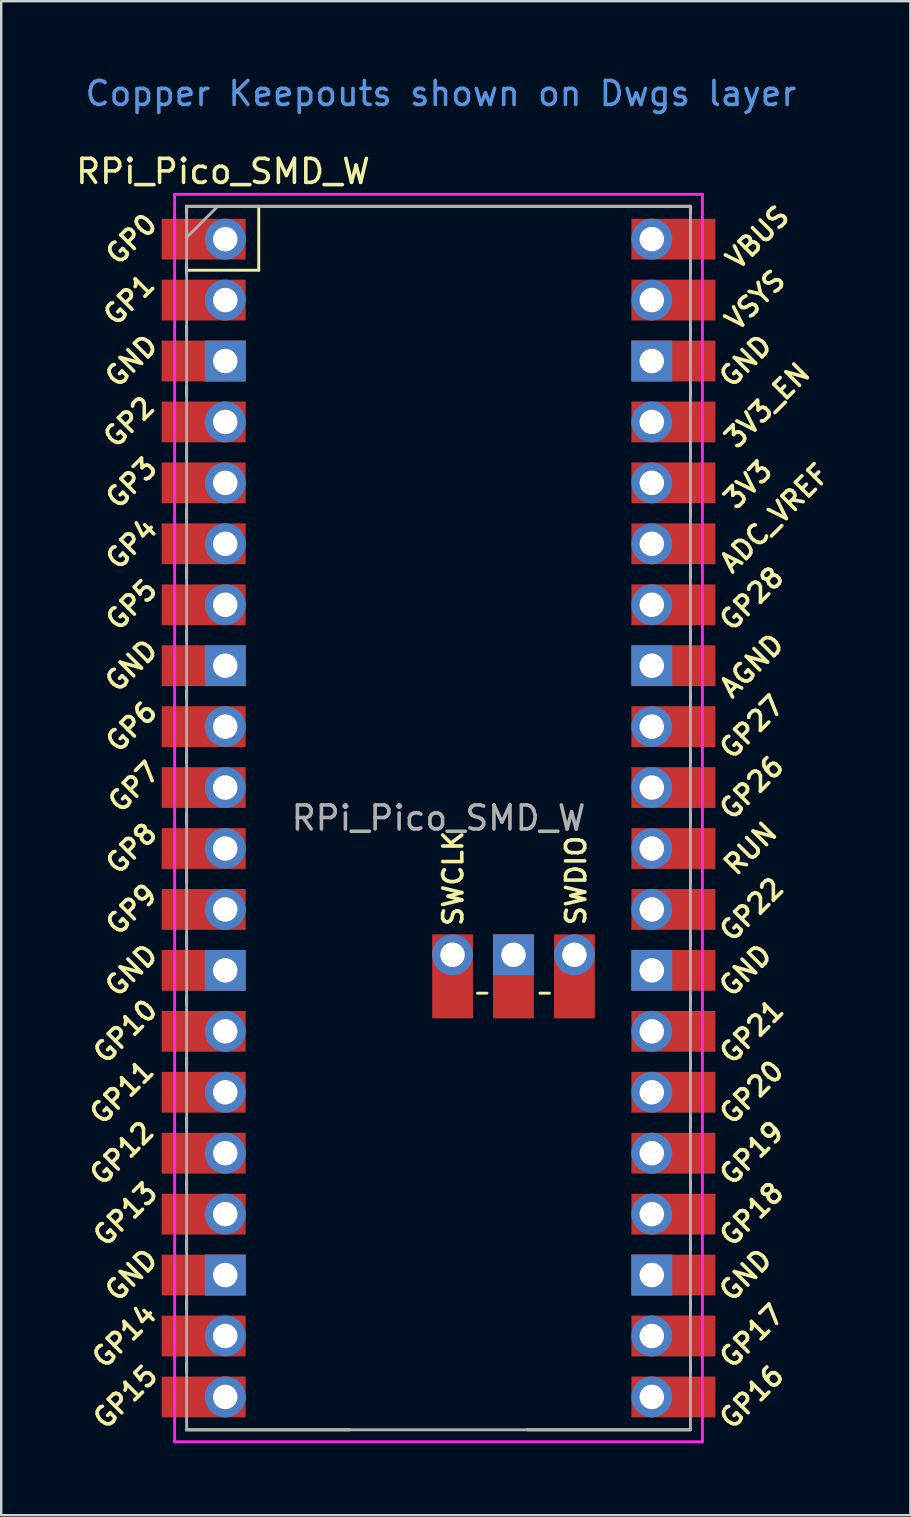
<source format=kicad_pcb>
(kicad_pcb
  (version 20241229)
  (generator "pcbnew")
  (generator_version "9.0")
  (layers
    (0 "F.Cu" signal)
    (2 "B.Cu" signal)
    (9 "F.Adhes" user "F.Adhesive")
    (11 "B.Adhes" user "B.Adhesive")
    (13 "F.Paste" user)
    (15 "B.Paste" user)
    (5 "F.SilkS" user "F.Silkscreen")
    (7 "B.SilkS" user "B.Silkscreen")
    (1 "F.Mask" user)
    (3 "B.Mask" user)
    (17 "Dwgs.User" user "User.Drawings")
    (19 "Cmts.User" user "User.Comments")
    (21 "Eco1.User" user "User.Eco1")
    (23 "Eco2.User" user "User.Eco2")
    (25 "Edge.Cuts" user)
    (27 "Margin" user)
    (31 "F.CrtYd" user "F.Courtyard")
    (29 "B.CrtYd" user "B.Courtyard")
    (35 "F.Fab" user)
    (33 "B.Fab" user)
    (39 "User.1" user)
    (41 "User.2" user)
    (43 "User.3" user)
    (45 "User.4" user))
  (footprint "RPi_Pico_SMD_W"
    (layer "F.Cu")
    (at 15.229 31.048)
    (property "Reference" "RPi_Pico_SMD_W" (at -8.984 -26.953 0) (layer "F.SilkS") (effects (font (size 1 1) (thickness 0.15))))
    (attr through_hole)
    (fp_line (start -10.5 -25.5) (end -10.5 -25.2) (stroke (width 0.12) (type solid)) (layer "F.SilkS"))
    (fp_line (start -10.5 -25.5) (end 10.5 -25.5) (stroke (width 0.12) (type solid)) (layer "F.SilkS"))
    (fp_line (start -10.5 -23.1) (end -10.5 -22.7) (stroke (width 0.12) (type solid)) (layer "F.SilkS"))
    (fp_line (start -10.5 -22.833) (end -7.493 -22.833) (stroke (width 0.12) (type solid)) (layer "F.SilkS"))
    (fp_line (start -10.5 -20.5) (end -10.5 -20.1) (stroke (width 0.12) (type solid)) (layer "F.SilkS"))
    (fp_line (start -10.5 -18) (end -10.5 -17.6) (stroke (width 0.12) (type solid)) (layer "F.SilkS"))
    (fp_line (start -10.5 -15.4) (end -10.5 -15) (stroke (width 0.12) (type solid)) (layer "F.SilkS"))
    (fp_line (start -10.5 -12.9) (end -10.5 -12.5) (stroke (width 0.12) (type solid)) (layer "F.SilkS"))
    (fp_line (start -10.5 -10.4) (end -10.5 -10) (stroke (width 0.12) (type solid)) (layer "F.SilkS"))
    (fp_line (start -10.5 -7.8) (end -10.5 -7.4) (stroke (width 0.12) (type solid)) (layer "F.SilkS"))
    (fp_line (start -10.5 -5.3) (end -10.5 -4.9) (stroke (width 0.12) (type solid)) (layer "F.SilkS"))
    (fp_line (start -10.5 -2.7) (end -10.5 -2.3) (stroke (width 0.12) (type solid)) (layer "F.SilkS"))
    (fp_line (start -10.5 -0.2) (end -10.5 0.2) (stroke (width 0.12) (type solid)) (layer "F.SilkS"))
    (fp_line (start -10.5 2.3) (end -10.5 2.7) (stroke (width 0.12) (type solid)) (layer "F.SilkS"))
    (fp_line (start -10.5 4.9) (end -10.5 5.3) (stroke (width 0.12) (type solid)) (layer "F.SilkS"))
    (fp_line (start -10.5 7.4) (end -10.5 7.8) (stroke (width 0.12) (type solid)) (layer "F.SilkS"))
    (fp_line (start -10.5 10) (end -10.5 10.4) (stroke (width 0.12) (type solid)) (layer "F.SilkS"))
    (fp_line (start -10.5 12.5) (end -10.5 12.9) (stroke (width 0.12) (type solid)) (layer "F.SilkS"))
    (fp_line (start -10.5 15.1) (end -10.5 15.5) (stroke (width 0.12) (type solid)) (layer "F.SilkS"))
    (fp_line (start -10.5 17.6) (end -10.5 18) (stroke (width 0.12) (type solid)) (layer "F.SilkS"))
    (fp_line (start -10.5 20.1) (end -10.5 20.5) (stroke (width 0.12) (type solid)) (layer "F.SilkS"))
    (fp_line (start -10.5 22.7) (end -10.5 23.1) (stroke (width 0.12) (type solid)) (layer "F.SilkS"))
    (fp_line (start -7.493 -22.833) (end -7.493 -25.5) (stroke (width 0.12) (type solid)) (layer "F.SilkS"))
    (fp_line (start -3.7 25.5) (end -10.5 25.5) (stroke (width 0.12) (type solid)) (layer "F.SilkS"))
    (fp_line (start 1.624 7.3) (end 2.024 7.3) (stroke (width 0.12) (type solid)) (layer "F.SilkS"))
    (fp_line (start 4.224 7.3) (end 4.624 7.3) (stroke (width 0.12) (type solid)) (layer "F.SilkS"))
    (fp_line (start 10.5 -25.5) (end 10.5 -25.2) (stroke (width 0.12) (type solid)) (layer "F.SilkS"))
    (fp_line (start 10.5 -23.1) (end 10.5 -22.7) (stroke (width 0.12) (type solid)) (layer "F.SilkS"))
    (fp_line (start 10.5 -20.5) (end 10.5 -20.1) (stroke (width 0.12) (type solid)) (layer "F.SilkS"))
    (fp_line (start 10.5 -18) (end 10.5 -17.6) (stroke (width 0.12) (type solid)) (layer "F.SilkS"))
    (fp_line (start 10.5 -15.4) (end 10.5 -15) (stroke (width 0.12) (type solid)) (layer "F.SilkS"))
    (fp_line (start 10.5 -12.9) (end 10.5 -12.5) (stroke (width 0.12) (type solid)) (layer "F.SilkS"))
    (fp_line (start 10.5 -10.4) (end 10.5 -10) (stroke (width 0.12) (type solid)) (layer "F.SilkS"))
    (fp_line (start 10.5 -7.8) (end 10.5 -7.4) (stroke (width 0.12) (type solid)) (layer "F.SilkS"))
    (fp_line (start 10.5 -5.3) (end 10.5 -4.9) (stroke (width 0.12) (type solid)) (layer "F.SilkS"))
    (fp_line (start 10.5 -2.7) (end 10.5 -2.3) (stroke (width 0.12) (type solid)) (layer "F.SilkS"))
    (fp_line (start 10.5 -0.2) (end 10.5 0.2) (stroke (width 0.12) (type solid)) (layer "F.SilkS"))
    (fp_line (start 10.5 2.3) (end 10.5 2.7) (stroke (width 0.12) (type solid)) (layer "F.SilkS"))
    (fp_line (start 10.5 4.9) (end 10.5 5.3) (stroke (width 0.12) (type solid)) (layer "F.SilkS"))
    (fp_line (start 10.5 7.4) (end 10.5 7.8) (stroke (width 0.12) (type solid)) (layer "F.SilkS"))
    (fp_line (start 10.5 10) (end 10.5 10.4) (stroke (width 0.12) (type solid)) (layer "F.SilkS"))
    (fp_line (start 10.5 12.5) (end 10.5 12.9) (stroke (width 0.12) (type solid)) (layer "F.SilkS"))
    (fp_line (start 10.5 15.1) (end 10.5 15.5) (stroke (width 0.12) (type solid)) (layer "F.SilkS"))
    (fp_line (start 10.5 17.6) (end 10.5 18) (stroke (width 0.12) (type solid)) (layer "F.SilkS"))
    (fp_line (start 10.5 20.1) (end 10.5 20.5) (stroke (width 0.12) (type solid)) (layer "F.SilkS"))
    (fp_line (start 10.5 22.7) (end 10.5 23.1) (stroke (width 0.12) (type solid)) (layer "F.SilkS"))
    (fp_line (start 10.5 25.5) (end 3.7 25.5) (stroke (width 0.12) (type solid)) (layer "F.SilkS"))
    (fp_line (start -11 -26) (end 11 -26) (stroke (width 0.12) (type solid)) (layer "F.CrtYd"))
    (fp_line (start -11 26) (end -11 -26) (stroke (width 0.12) (type solid)) (layer "F.CrtYd"))
    (fp_line (start 11 -26) (end 11 26) (stroke (width 0.12) (type solid)) (layer "F.CrtYd"))
    (fp_line (start 11 26) (end -11 26) (stroke (width 0.12) (type solid)) (layer "F.CrtYd"))
    (fp_line (start -10.5 -25.5) (end 10.5 -25.5) (stroke (width 0.12) (type solid)) (layer "F.Fab"))
    (fp_line (start -10.5 -24.2) (end -9.2 -25.5) (stroke (width 0.12) (type solid)) (layer "F.Fab"))
    (fp_line (start -10.5 25.5) (end -10.5 -25.5) (stroke (width 0.12) (type solid)) (layer "F.Fab"))
    (fp_line (start 10.5 -25.5) (end 10.5 25.5) (stroke (width 0.12) (type solid)) (layer "F.Fab"))
    (fp_line (start 10.5 25.5) (end -10.5 25.5) (stroke (width 0.12) (type solid)) (layer "F.Fab"))
    (fp_text user "SWDIO" (at 5.729 2.604 90) (layer "F.SilkS") (effects (font (size 0.8 0.8) (thickness 0.15))))
    (fp_text user "3V3" (at 12.9 -13.9 45) (layer "F.SilkS") (effects (font (size 0.8 0.8) (thickness 0.15))))
    (fp_text user "GP8" (at -12.8 1.27 45) (layer "F.SilkS") (effects (font (size 0.8 0.8) (thickness 0.15))))
    (fp_text user "GP27" (at 13.054 -3.8 45) (layer "F.SilkS") (effects (font (size 0.8 0.8) (thickness 0.15))))
    (fp_text user "RUN" (at 13 1.27 45) (layer "F.SilkS") (effects (font (size 0.8 0.8) (thickness 0.15))))
    (fp_text user "GP6" (at -12.8 -3.81 45) (layer "F.SilkS") (effects (font (size 0.8 0.8) (thickness 0.15))))
    (fp_text user "AGND" (at 13.054 -6.35 45) (layer "F.SilkS") (effects (font (size 0.8 0.8) (thickness 0.15))))
    (fp_text user "GP15" (at -13.054 24.13 45) (layer "F.SilkS") (effects (font (size 0.8 0.8) (thickness 0.15))))
    (fp_text user "GP26" (at 13.054 -1.27 45) (layer "F.SilkS") (effects (font (size 0.8 0.8) (thickness 0.15))))
    (fp_text user "GND" (at -12.8 6.35 45) (layer "F.SilkS") (effects (font (size 0.8 0.8) (thickness 0.15))))
    (fp_text user "GND" (at -12.8 19.05 45) (layer "F.SilkS") (effects (font (size 0.8 0.8) (thickness 0.15))))
    (fp_text user "GP4" (at -12.8 -11.43 45) (layer "F.SilkS") (effects (font (size 0.8 0.8) (thickness 0.15))))
    (fp_text user "GND" (at 12.8 19.05 45) (layer "F.SilkS") (effects (font (size 0.8 0.8) (thickness 0.15))))
    (fp_text user "GP18" (at 13.054 16.51 45) (layer "F.SilkS") (effects (font (size 0.8 0.8) (thickness 0.15))))
    (fp_text user "SWCLK" (at 0.608 2.517 90) (layer "F.SilkS") (effects (font (size 0.8 0.8) (thickness 0.15))))
    (fp_text user "GND" (at -12.8 -19.05 45) (layer "F.SilkS") (effects (font (size 0.8 0.8) (thickness 0.15))))
    (fp_text user "GP12" (at -13.2 13.97 45) (layer "F.SilkS") (effects (font (size 0.8 0.8) (thickness 0.15))))
    (fp_text user "GP11" (at -13.2 11.43 45) (layer "F.SilkS") (effects (font (size 0.8 0.8) (thickness 0.15))))
    (fp_text user "GP21" (at 13.054 8.9 45) (layer "F.SilkS") (effects (font (size 0.8 0.8) (thickness 0.15))))
    (fp_text user "GP2" (at -12.9 -16.51 45) (layer "F.SilkS") (effects (font (size 0.8 0.8) (thickness 0.15))))
    (fp_text user "GP0" (at -12.8 -24.13 45) (layer "F.SilkS") (effects (font (size 0.8 0.8) (thickness 0.15))))
    (fp_text user "GP17" (at 13.054 21.59 45) (layer "F.SilkS") (effects (font (size 0.8 0.8) (thickness 0.15))))
    (fp_text user "GP22" (at 13.054 3.81 45) (layer "F.SilkS") (effects (font (size 0.8 0.8) (thickness 0.15))))
    (fp_text user "ADC_VREF" (at 14 -12.5 45) (layer "F.SilkS") (effects (font (size 0.8 0.8) (thickness 0.15))))
    (fp_text user "GP20" (at 13.054 11.43 45) (layer "F.SilkS") (effects (font (size 0.8 0.8) (thickness 0.15))))
    (fp_text user "GP28" (at 13.054 -9.144 45) (layer "F.SilkS") (effects (font (size 0.8 0.8) (thickness 0.15))))
    (fp_text user "3V3_EN" (at 13.7 -17.2 45) (layer "F.SilkS") (effects (font (size 0.8 0.8) (thickness 0.15))))
    (fp_text user "VSYS" (at 13.2 -21.59 45) (layer "F.SilkS") (effects (font (size 0.8 0.8) (thickness 0.15))))
    (fp_text user "GP7" (at -12.7 -1.3 45) (layer "F.SilkS") (effects (font (size 0.8 0.8) (thickness 0.15))))
    (fp_text user "GND" (at 12.8 6.35 45) (layer "F.SilkS") (effects (font (size 0.8 0.8) (thickness 0.15))))
    (fp_text user "GP1" (at -12.9 -21.6 45) (layer "F.SilkS") (effects (font (size 0.8 0.8) (thickness 0.15))))
    (fp_text user "GND" (at -12.8 -6.35 45) (layer "F.SilkS") (effects (font (size 0.8 0.8) (thickness 0.15))))
    (fp_text user "GP9" (at -12.8 3.81 45) (layer "F.SilkS") (effects (font (size 0.8 0.8) (thickness 0.15))))
    (fp_text user "VBUS" (at 13.3 -24.2 45) (layer "F.SilkS") (effects (font (size 0.8 0.8) (thickness 0.15))))
    (fp_text user "GP13" (at -13.054 16.51 45) (layer "F.SilkS") (effects (font (size 0.8 0.8) (thickness 0.15))))
    (fp_text user "GP10" (at -13.054 8.89 45) (layer "F.SilkS") (effects (font (size 0.8 0.8) (thickness 0.15))))
    (fp_text user "GP16" (at 13.054 24.13 45) (layer "F.SilkS") (effects (font (size 0.8 0.8) (thickness 0.15))))
    (fp_text user "GP19" (at 13.054 13.97 45) (layer "F.SilkS") (effects (font (size 0.8 0.8) (thickness 0.15))))
    (fp_text user "GP5" (at -12.8 -8.89 45) (layer "F.SilkS") (effects (font (size 0.8 0.8) (thickness 0.15))))
    (fp_text user "GND" (at 12.8 -19.05 45) (layer "F.SilkS") (effects (font (size 0.8 0.8) (thickness 0.15))))
    (fp_text user "GP14" (at -13.1 21.59 45) (layer "F.SilkS") (effects (font (size 0.8 0.8) (thickness 0.15))))
    (fp_text user "GP3" (at -12.8 -13.97 45) (layer "F.SilkS") (effects (font (size 0.8 0.8) (thickness 0.15))))
    (fp_text user "Copper Keepouts shown on Dwgs layer" (at 0.1 -30.2 0) (layer "Cmts.User") (effects (font (size 1 1) (thickness 0.15))))
    (fp_text user "${REFERENCE}" (at 0 0 180) (layer "F.Fab") (effects (font (size 1 1) (thickness 0.15))))
    (pad "1" thru_hole oval (at -8.89 -24.13) (size 1.7 1.7) (drill 1.02) (layers "*.Cu" "*.Mask"))
    (pad "1" smd rect (at -8.89 -24.13) (size 3.5 1.7) (drill (offset -0.9 0)) (layers "F.Cu" "F.Mask"))
    (pad "2" thru_hole oval (at -8.89 -21.59) (size 1.7 1.7) (drill 1.02) (layers "*.Cu" "*.Mask"))
    (pad "2" smd rect (at -8.89 -21.59) (size 3.5 1.7) (drill (offset -0.9 0)) (layers "F.Cu" "F.Mask"))
    (pad "3" thru_hole rect (at -8.89 -19.05) (size 1.7 1.7) (drill 1.02) (layers "*.Cu" "*.Mask"))
    (pad "3" smd rect (at -8.89 -19.05) (size 3.5 1.7) (drill (offset -0.9 0)) (layers "F.Cu" "F.Mask"))
    (pad "4" thru_hole oval (at -8.89 -16.51) (size 1.7 1.7) (drill 1.02) (layers "*.Cu" "*.Mask"))
    (pad "4" smd rect (at -8.89 -16.51) (size 3.5 1.7) (drill (offset -0.9 0)) (layers "F.Cu" "F.Mask"))
    (pad "5" thru_hole oval (at -8.89 -13.97) (size 1.7 1.7) (drill 1.02) (layers "*.Cu" "*.Mask"))
    (pad "5" smd rect (at -8.89 -13.97) (size 3.5 1.7) (drill (offset -0.9 0)) (layers "F.Cu" "F.Mask"))
    (pad "6" thru_hole oval (at -8.89 -11.43) (size 1.7 1.7) (drill 1.02) (layers "*.Cu" "*.Mask"))
    (pad "6" smd rect (at -8.89 -11.43) (size 3.5 1.7) (drill (offset -0.9 0)) (layers "F.Cu" "F.Mask"))
    (pad "7" thru_hole oval (at -8.89 -8.89) (size 1.7 1.7) (drill 1.02) (layers "*.Cu" "*.Mask"))
    (pad "7" smd rect (at -8.89 -8.89) (size 3.5 1.7) (drill (offset -0.9 0)) (layers "F.Cu" "F.Mask"))
    (pad "8" thru_hole rect (at -8.89 -6.35) (size 1.7 1.7) (drill 1.02) (layers "*.Cu" "*.Mask"))
    (pad "8" smd rect (at -8.89 -6.35) (size 3.5 1.7) (drill (offset -0.9 0)) (layers "F.Cu" "F.Mask"))
    (pad "9" thru_hole oval (at -8.89 -3.81) (size 1.7 1.7) (drill 1.02) (layers "*.Cu" "*.Mask"))
    (pad "9" smd rect (at -8.89 -3.81) (size 3.5 1.7) (drill (offset -0.9 0)) (layers "F.Cu" "F.Mask"))
    (pad "10" thru_hole oval (at -8.89 -1.27) (size 1.7 1.7) (drill 1.02) (layers "*.Cu" "*.Mask"))
    (pad "10" smd rect (at -8.89 -1.27) (size 3.5 1.7) (drill (offset -0.9 0)) (layers "F.Cu" "F.Mask"))
    (pad "11" thru_hole oval (at -8.89 1.27) (size 1.7 1.7) (drill 1.02) (layers "*.Cu" "*.Mask"))
    (pad "11" smd rect (at -8.89 1.27) (size 3.5 1.7) (drill (offset -0.9 0)) (layers "F.Cu" "F.Mask"))
    (pad "12" thru_hole oval (at -8.89 3.81) (size 1.7 1.7) (drill 1.02) (layers "*.Cu" "*.Mask"))
    (pad "12" smd rect (at -8.89 3.81) (size 3.5 1.7) (drill (offset -0.9 0)) (layers "F.Cu" "F.Mask"))
    (pad "13" thru_hole rect (at -8.89 6.35) (size 1.7 1.7) (drill 1.02) (layers "*.Cu" "*.Mask"))
    (pad "13" smd rect (at -8.89 6.35) (size 3.5 1.7) (drill (offset -0.9 0)) (layers "F.Cu" "F.Mask"))
    (pad "14" thru_hole oval (at -8.89 8.89) (size 1.7 1.7) (drill 1.02) (layers "*.Cu" "*.Mask"))
    (pad "14" smd rect (at -8.89 8.89) (size 3.5 1.7) (drill (offset -0.9 0)) (layers "F.Cu" "F.Mask"))
    (pad "15" thru_hole oval (at -8.89 11.43) (size 1.7 1.7) (drill 1.02) (layers "*.Cu" "*.Mask"))
    (pad "15" smd rect (at -8.89 11.43) (size 3.5 1.7) (drill (offset -0.9 0)) (layers "F.Cu" "F.Mask"))
    (pad "16" thru_hole oval (at -8.89 13.97) (size 1.7 1.7) (drill 1.02) (layers "*.Cu" "*.Mask"))
    (pad "16" smd rect (at -8.89 13.97) (size 3.5 1.7) (drill (offset -0.9 0)) (layers "F.Cu" "F.Mask"))
    (pad "17" thru_hole oval (at -8.89 16.51) (size 1.7 1.7) (drill 1.02) (layers "*.Cu" "*.Mask"))
    (pad "17" smd rect (at -8.89 16.51) (size 3.5 1.7) (drill (offset -0.9 0)) (layers "F.Cu" "F.Mask"))
    (pad "18" thru_hole rect (at -8.89 19.05) (size 1.7 1.7) (drill 1.02) (layers "*.Cu" "*.Mask"))
    (pad "18" smd rect (at -8.89 19.05) (size 3.5 1.7) (drill (offset -0.9 0)) (layers "F.Cu" "F.Mask"))
    (pad "19" thru_hole oval (at -8.89 21.59) (size 1.7 1.7) (drill 1.02) (layers "*.Cu" "*.Mask"))
    (pad "19" smd rect (at -8.89 21.59) (size 3.5 1.7) (drill (offset -0.9 0)) (layers "F.Cu" "F.Mask"))
    (pad "20" thru_hole oval (at -8.89 24.13) (size 1.7 1.7) (drill 1.02) (layers "*.Cu" "*.Mask"))
    (pad "20" smd rect (at -8.89 24.13) (size 3.5 1.7) (drill (offset -0.9 0)) (layers "F.Cu" "F.Mask"))
    (pad "21" thru_hole oval (at 8.89 24.13) (size 1.7 1.7) (drill 1.02) (layers "*.Cu" "*.Mask"))
    (pad "21" smd rect (at 8.89 24.13) (size 3.5 1.7) (drill (offset 0.9 0)) (layers "F.Cu" "F.Mask"))
    (pad "22" thru_hole oval (at 8.89 21.59) (size 1.7 1.7) (drill 1.02) (layers "*.Cu" "*.Mask"))
    (pad "22" smd rect (at 8.89 21.59) (size 3.5 1.7) (drill (offset 0.9 0)) (layers "F.Cu" "F.Mask"))
    (pad "23" thru_hole rect (at 8.89 19.05) (size 1.7 1.7) (drill 1.02) (layers "*.Cu" "*.Mask"))
    (pad "23" smd rect (at 8.89 19.05) (size 3.5 1.7) (drill (offset 0.9 0)) (layers "F.Cu" "F.Mask"))
    (pad "24" thru_hole oval (at 8.89 16.51) (size 1.7 1.7) (drill 1.02) (layers "*.Cu" "*.Mask"))
    (pad "24" smd rect (at 8.89 16.51) (size 3.5 1.7) (drill (offset 0.9 0)) (layers "F.Cu" "F.Mask"))
    (pad "25" thru_hole oval (at 8.89 13.97) (size 1.7 1.7) (drill 1.02) (layers "*.Cu" "*.Mask"))
    (pad "25" smd rect (at 8.89 13.97) (size 3.5 1.7) (drill (offset 0.9 0)) (layers "F.Cu" "F.Mask"))
    (pad "26" thru_hole oval (at 8.89 11.43) (size 1.7 1.7) (drill 1.02) (layers "*.Cu" "*.Mask"))
    (pad "26" smd rect (at 8.89 11.43) (size 3.5 1.7) (drill (offset 0.9 0)) (layers "F.Cu" "F.Mask"))
    (pad "27" thru_hole oval (at 8.89 8.89) (size 1.7 1.7) (drill 1.02) (layers "*.Cu" "*.Mask"))
    (pad "27" smd rect (at 8.89 8.89) (size 3.5 1.7) (drill (offset 0.9 0)) (layers "F.Cu" "F.Mask"))
    (pad "28" thru_hole rect (at 8.89 6.35) (size 1.7 1.7) (drill 1.02) (layers "*.Cu" "*.Mask"))
    (pad "28" smd rect (at 8.89 6.35) (size 3.5 1.7) (drill (offset 0.9 0)) (layers "F.Cu" "F.Mask"))
    (pad "29" thru_hole oval (at 8.89 3.81) (size 1.7 1.7) (drill 1.02) (layers "*.Cu" "*.Mask"))
    (pad "29" smd rect (at 8.89 3.81) (size 3.5 1.7) (drill (offset 0.9 0)) (layers "F.Cu" "F.Mask"))
    (pad "30" thru_hole oval (at 8.89 1.27) (size 1.7 1.7) (drill 1.02) (layers "*.Cu" "*.Mask"))
    (pad "30" smd rect (at 8.89 1.27) (size 3.5 1.7) (drill (offset 0.9 0)) (layers "F.Cu" "F.Mask"))
    (pad "31" thru_hole oval (at 8.89 -1.27) (size 1.7 1.7) (drill 1.02) (layers "*.Cu" "*.Mask"))
    (pad "31" smd rect (at 8.89 -1.27) (size 3.5 1.7) (drill (offset 0.9 0)) (layers "F.Cu" "F.Mask"))
    (pad "32" thru_hole oval (at 8.89 -3.81) (size 1.7 1.7) (drill 1.02) (layers "*.Cu" "*.Mask"))
    (pad "32" smd rect (at 8.89 -3.81) (size 3.5 1.7) (drill (offset 0.9 0)) (layers "F.Cu" "F.Mask"))
    (pad "33" thru_hole rect (at 8.89 -6.35) (size 1.7 1.7) (drill 1.02) (layers "*.Cu" "*.Mask"))
    (pad "33" smd rect (at 8.89 -6.35) (size 3.5 1.7) (drill (offset 0.9 0)) (layers "F.Cu" "F.Mask"))
    (pad "34" thru_hole oval (at 8.89 -8.89) (size 1.7 1.7) (drill 1.02) (layers "*.Cu" "*.Mask"))
    (pad "34" smd rect (at 8.89 -8.89) (size 3.5 1.7) (drill (offset 0.9 0)) (layers "F.Cu" "F.Mask"))
    (pad "35" thru_hole oval (at 8.89 -11.43) (size 1.7 1.7) (drill 1.02) (layers "*.Cu" "*.Mask"))
    (pad "35" smd rect (at 8.89 -11.43) (size 3.5 1.7) (drill (offset 0.9 0)) (layers "F.Cu" "F.Mask"))
    (pad "36" thru_hole oval (at 8.89 -13.97) (size 1.7 1.7) (drill 1.02) (layers "*.Cu" "*.Mask"))
    (pad "36" smd rect (at 8.89 -13.97) (size 3.5 1.7) (drill (offset 0.9 0)) (layers "F.Cu" "F.Mask"))
    (pad "37" thru_hole oval (at 8.89 -16.51) (size 1.7 1.7) (drill 1.02) (layers "*.Cu" "*.Mask"))
    (pad "37" smd rect (at 8.89 -16.51) (size 3.5 1.7) (drill (offset 0.9 0)) (layers "F.Cu" "F.Mask"))
    (pad "38" thru_hole rect (at 8.89 -19.05) (size 1.7 1.7) (drill 1.02) (layers "*.Cu" "*.Mask"))
    (pad "38" smd rect (at 8.89 -19.05) (size 3.5 1.7) (drill (offset 0.9 0)) (layers "F.Cu" "F.Mask"))
    (pad "39" thru_hole oval (at 8.89 -21.59) (size 1.7 1.7) (drill 1.02) (layers "*.Cu" "*.Mask"))
    (pad "39" smd rect (at 8.89 -21.59) (size 3.5 1.7) (drill (offset 0.9 0)) (layers "F.Cu" "F.Mask"))
    (pad "40" thru_hole oval (at 8.89 -24.13) (size 1.7 1.7) (drill 1.02) (layers "*.Cu" "*.Mask"))
    (pad "40" smd rect (at 8.89 -24.13) (size 3.5 1.7) (drill (offset 0.9 0)) (layers "F.Cu" "F.Mask"))
    (pad "41" thru_hole oval (at 0.584 5.7) (size 1.7 1.7) (drill 1.02) (layers "*.Cu" "*.Mask"))
    (pad "41" smd rect (at 0.584 5.7 90) (size 3.5 1.7) (drill (offset -0.9 0)) (layers "F.Cu" "F.Mask"))
    (pad "42" thru_hole rect (at 3.124 5.7) (size 1.7 1.7) (drill 1.02) (layers "*.Cu" "*.Mask"))
    (pad "42" smd rect (at 3.124 5.7 90) (size 3.5 1.7) (drill (offset -0.9 0)) (layers "F.Cu" "F.Mask"))
    (pad "43" thru_hole oval (at 5.664 5.7) (size 1.7 1.7) (drill 1.02) (layers "*.Cu" "*.Mask"))
    (pad "43" smd rect (at 5.664 5.7 90) (size 3.5 1.7) (drill (offset -0.9 0)) (layers "F.Cu" "F.Mask")))
  (gr_rect
    (start -3 -3)
    (end 34.895 60.108)
    (stroke (width 0.1) (type default))
    (fill no)
    (layer "Edge.Cuts")))
</source>
